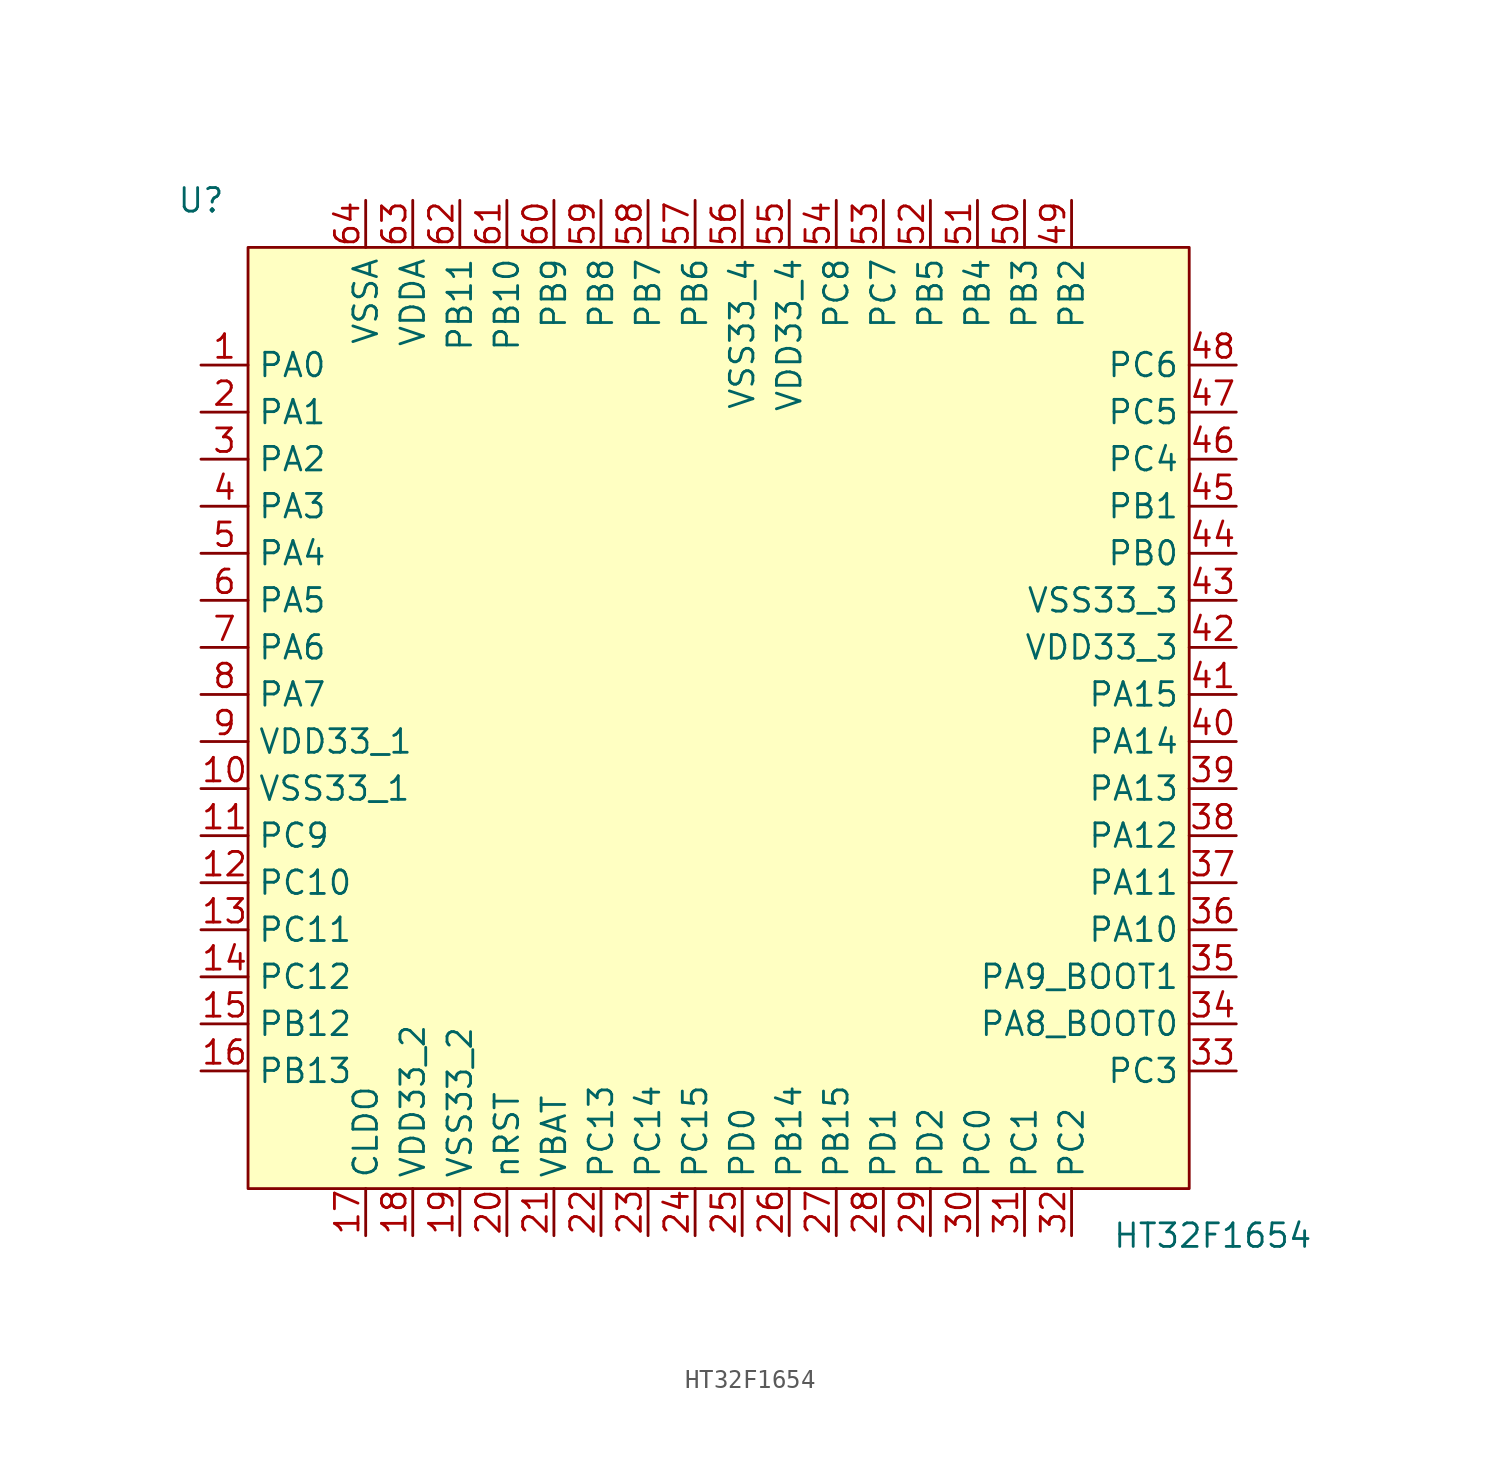
<source format=kicad_sym>
(kicad_symbol_lib
  (version 20211014)
  (generator kicad_symbol_editor)
  (symbol "HT32F1654"
    (property "Reference" "U"
      (at -27.94 27.94 0)
      (effects (font (size 1.27 1.27))))
    (property "Value" "HT32F1654"
      (at 26.67 -27.94 0)
      (effects (font (size 1.27 1.27))))
    (symbol "HT32F1654_0_0"
      (pin bidirectional line (at -27.94 19.05 0) (length 2.54) (name "PA0" (effects (font (size 1.27 1.27)))) (number "1" (effects (font (size 1.27 1.27)))))
      (pin power_in line (at -27.94 -3.81 0) (length 2.54) (name "VSS33_1" (effects (font (size 1.27 1.27)))) (number "10" (effects (font (size 1.27 1.27)))))
      (pin bidirectional line (at -27.94 -6.35 0) (length 2.54) (name "PC9" (effects (font (size 1.27 1.27)))) (number "11" (effects (font (size 1.27 1.27)))))
      (pin bidirectional line (at -27.94 -8.89 0) (length 2.54) (name "PC10" (effects (font (size 1.27 1.27)))) (number "12" (effects (font (size 1.27 1.27)))))
      (pin bidirectional line (at -27.94 -11.43 0) (length 2.54) (name "PC11" (effects (font (size 1.27 1.27)))) (number "13" (effects (font (size 1.27 1.27)))))
      (pin bidirectional line (at -27.94 -13.97 0) (length 2.54) (name "PC12" (effects (font (size 1.27 1.27)))) (number "14" (effects (font (size 1.27 1.27)))))
      (pin bidirectional line (at -27.94 -16.51 0) (length 2.54) (name "PB12" (effects (font (size 1.27 1.27)))) (number "15" (effects (font (size 1.27 1.27)))))
      (pin bidirectional line (at -27.94 -19.05 0) (length 2.54) (name "PB13" (effects (font (size 1.27 1.27)))) (number "16" (effects (font (size 1.27 1.27)))))
      (pin bidirectional line (at -19.05 -27.94 90) (length 2.54) (name "CLDO" (effects (font (size 1.27 1.27)))) (number "17" (effects (font (size 1.27 1.27)))))
      (pin power_in line (at -16.51 -27.94 90) (length 2.54) (name "VDD33_2" (effects (font (size 1.27 1.27)))) (number "18" (effects (font (size 1.27 1.27)))))
      (pin power_in line (at -13.97 -27.94 90) (length 2.54) (name "VSS33_2" (effects (font (size 1.27 1.27)))) (number "19" (effects (font (size 1.27 1.27)))))
      (pin bidirectional line (at -27.94 16.51 0) (length 2.54) (name "PA1" (effects (font (size 1.27 1.27)))) (number "2" (effects (font (size 1.27 1.27)))))
      (pin input line (at -11.43 -27.94 90) (length 2.54) (name "nRST" (effects (font (size 1.27 1.27)))) (number "20" (effects (font (size 1.27 1.27)))))
      (pin power_in line (at -8.89 -27.94 90) (length 2.54) (name "VBAT" (effects (font (size 1.27 1.27)))) (number "21" (effects (font (size 1.27 1.27)))))
      (pin bidirectional line (at -6.35 -27.94 90) (length 2.54) (name "PC13" (effects (font (size 1.27 1.27)))) (number "22" (effects (font (size 1.27 1.27)))))
      (pin bidirectional line (at -3.81 -27.94 90) (length 2.54) (name "PC14" (effects (font (size 1.27 1.27)))) (number "23" (effects (font (size 1.27 1.27)))))
      (pin bidirectional line (at -1.27 -27.94 90) (length 2.54) (name "PC15" (effects (font (size 1.27 1.27)))) (number "24" (effects (font (size 1.27 1.27)))))
      (pin bidirectional line (at 1.27 -27.94 90) (length 2.54) (name "PD0" (effects (font (size 1.27 1.27)))) (number "25" (effects (font (size 1.27 1.27)))))
      (pin bidirectional line (at 3.81 -27.94 90) (length 2.54) (name "PB14" (effects (font (size 1.27 1.27)))) (number "26" (effects (font (size 1.27 1.27)))))
      (pin bidirectional line (at 6.35 -27.94 90) (length 2.54) (name "PB15" (effects (font (size 1.27 1.27)))) (number "27" (effects (font (size 1.27 1.27)))))
      (pin bidirectional line (at 8.89 -27.94 90) (length 2.54) (name "PD1" (effects (font (size 1.27 1.27)))) (number "28" (effects (font (size 1.27 1.27)))))
      (pin bidirectional line (at 11.43 -27.94 90) (length 2.54) (name "PD2" (effects (font (size 1.27 1.27)))) (number "29" (effects (font (size 1.27 1.27)))))
      (pin bidirectional line (at -27.94 13.97 0) (length 2.54) (name "PA2" (effects (font (size 1.27 1.27)))) (number "3" (effects (font (size 1.27 1.27)))))
      (pin bidirectional line (at 13.97 -27.94 90) (length 2.54) (name "PC0" (effects (font (size 1.27 1.27)))) (number "30" (effects (font (size 1.27 1.27)))))
      (pin bidirectional line (at 16.51 -27.94 90) (length 2.54) (name "PC1" (effects (font (size 1.27 1.27)))) (number "31" (effects (font (size 1.27 1.27)))))
      (pin bidirectional line (at 19.05 -27.94 90) (length 2.54) (name "PC2" (effects (font (size 1.27 1.27)))) (number "32" (effects (font (size 1.27 1.27)))))
      (pin bidirectional line (at 27.94 -19.05 180) (length 2.54) (name "PC3" (effects (font (size 1.27 1.27)))) (number "33" (effects (font (size 1.27 1.27)))))
      (pin bidirectional line (at 27.94 -16.51 180) (length 2.54) (name "PA8_BOOT0" (effects (font (size 1.27 1.27)))) (number "34" (effects (font (size 1.27 1.27)))))
      (pin bidirectional line (at 27.94 -13.97 180) (length 2.54) (name "PA9_BOOT1" (effects (font (size 1.27 1.27)))) (number "35" (effects (font (size 1.27 1.27)))))
      (pin bidirectional line (at 27.94 -11.43 180) (length 2.54) (name "PA10" (effects (font (size 1.27 1.27)))) (number "36" (effects (font (size 1.27 1.27)))))
      (pin bidirectional line (at 27.94 -8.89 180) (length 2.54) (name "PA11" (effects (font (size 1.27 1.27)))) (number "37" (effects (font (size 1.27 1.27)))))
      (pin bidirectional line (at 27.94 -6.35 180) (length 2.54) (name "PA12" (effects (font (size 1.27 1.27)))) (number "38" (effects (font (size 1.27 1.27)))))
      (pin bidirectional line (at 27.94 -3.81 180) (length 2.54) (name "PA13" (effects (font (size 1.27 1.27)))) (number "39" (effects (font (size 1.27 1.27)))))
      (pin bidirectional line (at -27.94 11.43 0) (length 2.54) (name "PA3" (effects (font (size 1.27 1.27)))) (number "4" (effects (font (size 1.27 1.27)))))
      (pin bidirectional line (at 27.94 -1.27 180) (length 2.54) (name "PA14" (effects (font (size 1.27 1.27)))) (number "40" (effects (font (size 1.27 1.27)))))
      (pin bidirectional line (at 27.94 1.27 180) (length 2.54) (name "PA15" (effects (font (size 1.27 1.27)))) (number "41" (effects (font (size 1.27 1.27)))))
      (pin power_in line (at 27.94 3.81 180) (length 2.54) (name "VDD33_3" (effects (font (size 1.27 1.27)))) (number "42" (effects (font (size 1.27 1.27)))))
      (pin power_in line (at 27.94 6.35 180) (length 2.54) (name "VSS33_3" (effects (font (size 1.27 1.27)))) (number "43" (effects (font (size 1.27 1.27)))))
      (pin bidirectional line (at 27.94 8.89 180) (length 2.54) (name "PB0" (effects (font (size 1.27 1.27)))) (number "44" (effects (font (size 1.27 1.27)))))
      (pin bidirectional line (at 27.94 11.43 180) (length 2.54) (name "PB1" (effects (font (size 1.27 1.27)))) (number "45" (effects (font (size 1.27 1.27)))))
      (pin bidirectional line (at 27.94 13.97 180) (length 2.54) (name "PC4" (effects (font (size 1.27 1.27)))) (number "46" (effects (font (size 1.27 1.27)))))
      (pin bidirectional line (at 27.94 16.51 180) (length 2.54) (name "PC5" (effects (font (size 1.27 1.27)))) (number "47" (effects (font (size 1.27 1.27)))))
      (pin bidirectional line (at 27.94 19.05 180) (length 2.54) (name "PC6" (effects (font (size 1.27 1.27)))) (number "48" (effects (font (size 1.27 1.27)))))
      (pin bidirectional line (at 19.05 27.94 270) (length 2.54) (name "PB2" (effects (font (size 1.27 1.27)))) (number "49" (effects (font (size 1.27 1.27)))))
      (pin bidirectional line (at -27.94 8.89 0) (length 2.54) (name "PA4" (effects (font (size 1.27 1.27)))) (number "5" (effects (font (size 1.27 1.27)))))
      (pin bidirectional line (at 16.51 27.94 270) (length 2.54) (name "PB3" (effects (font (size 1.27 1.27)))) (number "50" (effects (font (size 1.27 1.27)))))
      (pin bidirectional line (at 13.97 27.94 270) (length 2.54) (name "PB4" (effects (font (size 1.27 1.27)))) (number "51" (effects (font (size 1.27 1.27)))))
      (pin bidirectional line (at 11.43 27.94 270) (length 2.54) (name "PB5" (effects (font (size 1.27 1.27)))) (number "52" (effects (font (size 1.27 1.27)))))
      (pin bidirectional line (at 8.89 27.94 270) (length 2.54) (name "PC7" (effects (font (size 1.27 1.27)))) (number "53" (effects (font (size 1.27 1.27)))))
      (pin bidirectional line (at 6.35 27.94 270) (length 2.54) (name "PC8" (effects (font (size 1.27 1.27)))) (number "54" (effects (font (size 1.27 1.27)))))
      (pin power_in line (at 3.81 27.94 270) (length 2.54) (name "VDD33_4" (effects (font (size 1.27 1.27)))) (number "55" (effects (font (size 1.27 1.27)))))
      (pin power_in line (at 1.27 27.94 270) (length 2.54) (name "VSS33_4" (effects (font (size 1.27 1.27)))) (number "56" (effects (font (size 1.27 1.27)))))
      (pin bidirectional line (at -1.27 27.94 270) (length 2.54) (name "PB6" (effects (font (size 1.27 1.27)))) (number "57" (effects (font (size 1.27 1.27)))))
      (pin bidirectional line (at -3.81 27.94 270) (length 2.54) (name "PB7" (effects (font (size 1.27 1.27)))) (number "58" (effects (font (size 1.27 1.27)))))
      (pin bidirectional line (at -6.35 27.94 270) (length 2.54) (name "PB8" (effects (font (size 1.27 1.27)))) (number "59" (effects (font (size 1.27 1.27)))))
      (pin bidirectional line (at -27.94 6.35 0) (length 2.54) (name "PA5" (effects (font (size 1.27 1.27)))) (number "6" (effects (font (size 1.27 1.27)))))
      (pin bidirectional line (at -8.89 27.94 270) (length 2.54) (name "PB9" (effects (font (size 1.27 1.27)))) (number "60" (effects (font (size 1.27 1.27)))))
      (pin bidirectional line (at -11.43 27.94 270) (length 2.54) (name "PB10" (effects (font (size 1.27 1.27)))) (number "61" (effects (font (size 1.27 1.27)))))
      (pin bidirectional line (at -13.97 27.94 270) (length 2.54) (name "PB11" (effects (font (size 1.27 1.27)))) (number "62" (effects (font (size 1.27 1.27)))))
      (pin power_in line (at -16.51 27.94 270) (length 2.54) (name "VDDA" (effects (font (size 1.27 1.27)))) (number "63" (effects (font (size 1.27 1.27)))))
      (pin power_in line (at -19.05 27.94 270) (length 2.54) (name "VSSA" (effects (font (size 1.27 1.27)))) (number "64" (effects (font (size 1.27 1.27)))))
      (pin bidirectional line (at -27.94 3.81 0) (length 2.54) (name "PA6" (effects (font (size 1.27 1.27)))) (number "7" (effects (font (size 1.27 1.27)))))
      (pin bidirectional line (at -27.94 1.27 0) (length 2.54) (name "PA7" (effects (font (size 1.27 1.27)))) (number "8" (effects (font (size 1.27 1.27)))))
      (pin power_in line (at -27.94 -1.27 0) (length 2.54) (name "VDD33_1" (effects (font (size 1.27 1.27)))) (number "9" (effects (font (size 1.27 1.27))))))
    (symbol "HT32F1654_0_1"
      (rectangle (start -25.4 -25.4) (end 25.4 25.4) (stroke (width 0) (type default) (color 0 0 0 0)) (fill (type background))))))
</source>
